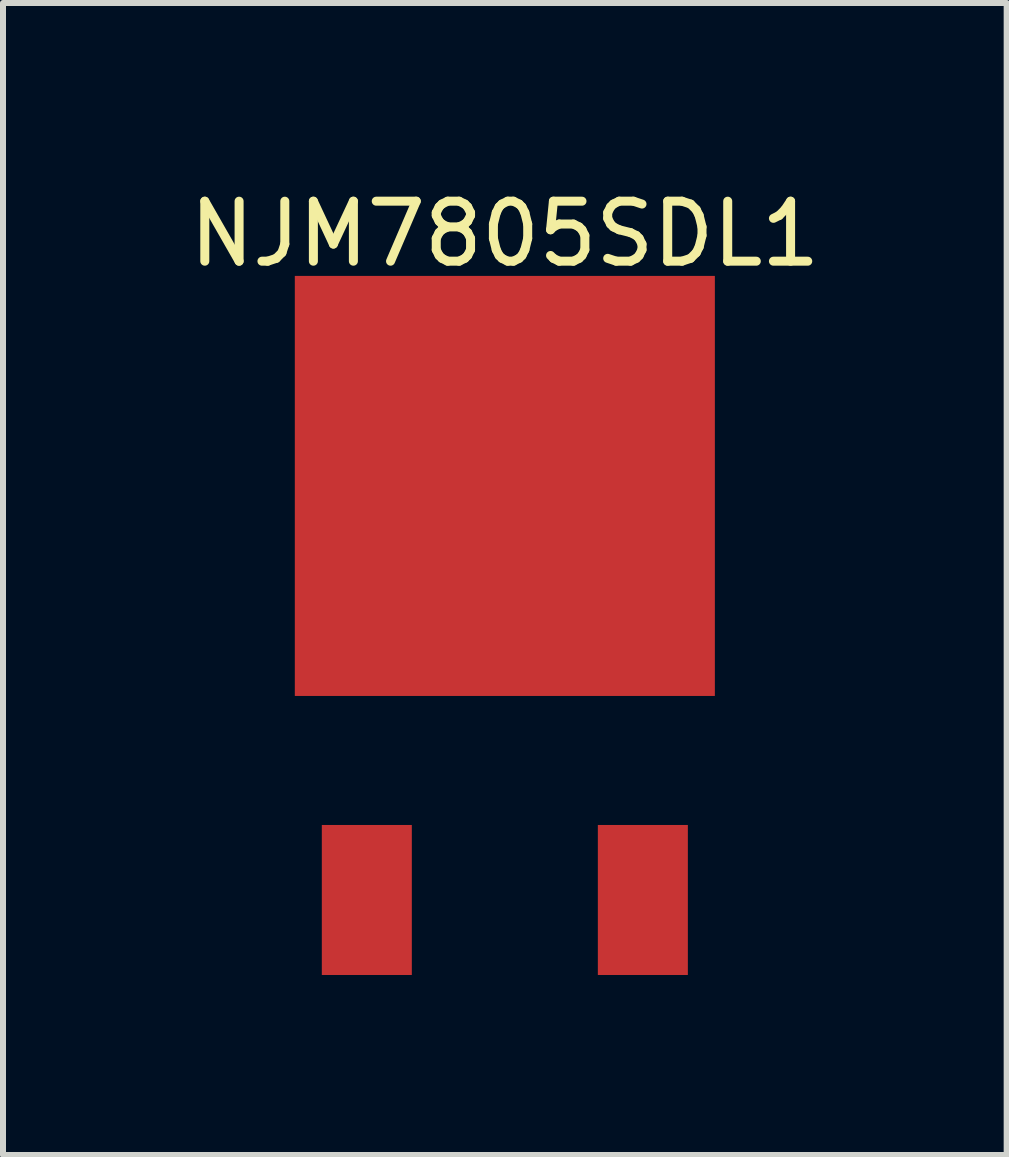
<source format=kicad_pcb>
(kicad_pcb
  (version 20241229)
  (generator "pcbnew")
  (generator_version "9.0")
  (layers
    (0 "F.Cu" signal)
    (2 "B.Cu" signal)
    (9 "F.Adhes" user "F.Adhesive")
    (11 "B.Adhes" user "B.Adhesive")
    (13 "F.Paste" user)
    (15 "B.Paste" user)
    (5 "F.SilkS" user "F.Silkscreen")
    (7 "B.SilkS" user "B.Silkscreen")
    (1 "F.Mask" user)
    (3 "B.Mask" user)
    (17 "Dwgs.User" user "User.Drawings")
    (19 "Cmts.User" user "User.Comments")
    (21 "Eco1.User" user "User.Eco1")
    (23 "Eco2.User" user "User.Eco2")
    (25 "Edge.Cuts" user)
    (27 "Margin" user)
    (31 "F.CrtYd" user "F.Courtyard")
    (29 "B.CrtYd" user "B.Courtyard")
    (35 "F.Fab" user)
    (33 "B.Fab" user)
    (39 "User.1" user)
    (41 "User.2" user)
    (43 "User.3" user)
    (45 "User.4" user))
  (footprint "NJM7805SDL1"
    (layer "F.Cu")
    (at 5.363 5.048)
    (property "Reference" "NJM7805SDL1" (at 0 -4.2 0) (unlocked yes) (layer "F.SilkS") (effects (font (size 1 1) (thickness 0.15))))
    (attr smd)
    (pad "1" smd rect (at -2.3 6.9) (size 1.5 2.5) (layers "F.Cu" "F.Mask" "F.Paste"))
    (pad "2" smd rect (at 0 0) (size 7 7) (layers "F.Cu" "F.Mask" "F.Paste"))
    (pad "3" smd rect (at 2.3 6.9) (size 1.5 2.5) (layers "F.Cu" "F.Mask" "F.Paste")))
  (gr_rect
    (start -3 -3)
    (end 13.726 16.198)
    (stroke (width 0.1) (type default))
    (fill no)
    (layer "Edge.Cuts")))
</source>
